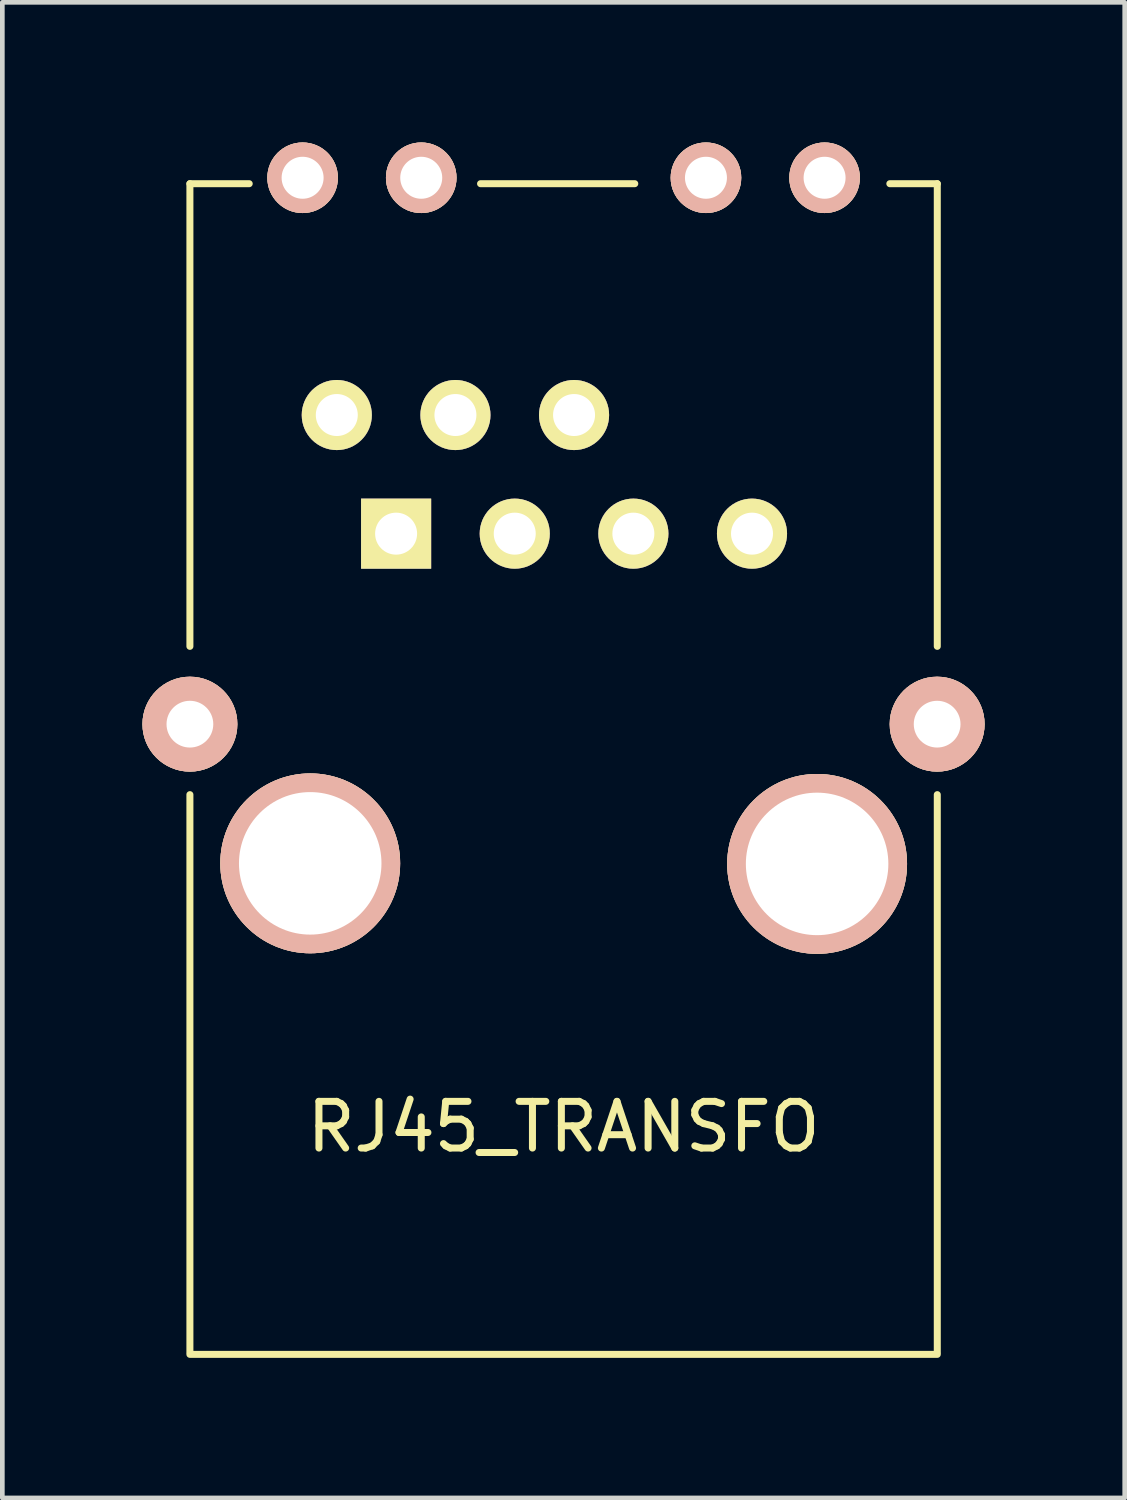
<source format=kicad_pcb>
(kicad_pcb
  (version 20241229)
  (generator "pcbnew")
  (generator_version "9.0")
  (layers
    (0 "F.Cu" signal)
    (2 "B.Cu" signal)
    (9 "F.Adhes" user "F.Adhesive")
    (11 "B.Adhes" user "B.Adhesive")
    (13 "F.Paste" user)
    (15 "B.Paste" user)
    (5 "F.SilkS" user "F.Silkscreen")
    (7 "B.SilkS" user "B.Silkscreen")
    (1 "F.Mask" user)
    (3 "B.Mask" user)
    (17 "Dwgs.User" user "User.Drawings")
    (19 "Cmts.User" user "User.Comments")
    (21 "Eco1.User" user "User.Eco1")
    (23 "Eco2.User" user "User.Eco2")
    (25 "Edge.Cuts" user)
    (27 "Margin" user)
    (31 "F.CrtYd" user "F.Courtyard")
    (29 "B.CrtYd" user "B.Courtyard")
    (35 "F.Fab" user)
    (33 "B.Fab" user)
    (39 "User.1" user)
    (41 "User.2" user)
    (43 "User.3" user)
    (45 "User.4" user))
  (footprint "RJ45_TRANSFO"
    (layer "F.Cu")
    (at 9.017 12.948)
    (property "Reference" "RJ45_TRANSFO" (at 0 8.128 0) (layer "F.SilkS") (effects (font (size 1 1) (thickness 0.15))))
    (attr through_hole)
    (fp_line (start -8.001 -12.065) (end -6.731 -12.065) (stroke (width 0.15) (type solid)) (layer "F.SilkS"))
    (fp_line (start -8.001 -2.159) (end -8.001 -12.065) (stroke (width 0.15) (type solid)) (layer "F.SilkS"))
    (fp_line (start -8.001 12.954) (end -8.001 1.016) (stroke (width 0.15) (type solid)) (layer "F.SilkS"))
    (fp_line (start -8.001 13) (end 8.001 13) (stroke (width 0.15) (type solid)) (layer "F.SilkS"))
    (fp_line (start -1.778 -12.065) (end 1.524 -12.065) (stroke (width 0.15) (type solid)) (layer "F.SilkS"))
    (fp_line (start 8.001 -12.065) (end 6.985 -12.065) (stroke (width 0.15) (type solid)) (layer "F.SilkS"))
    (fp_line (start 8.001 -2.159) (end 8.001 -12.065) (stroke (width 0.15) (type solid)) (layer "F.SilkS"))
    (fp_line (start 8.001 12.954) (end 8.001 1.016) (stroke (width 0.15) (type solid)) (layer "F.SilkS"))
    (pad "1" thru_hole rect (at -3.586 -4.572) (size 1.501 1.501) (drill 0.899) (layers "*.Cu" "*.Mask" "F.SilkS"))
    (pad "2" thru_hole circle (at -4.856 -7.112) (size 1.501 1.501) (drill 0.899) (layers "*.Cu" "*.Mask" "F.SilkS"))
    (pad "3" thru_hole circle (at -1.046 -4.572) (size 1.501 1.501) (drill 0.899) (layers "*.Cu" "*.Mask" "F.SilkS"))
    (pad "4" thru_hole circle (at -2.316 -7.112) (size 1.501 1.501) (drill 0.899) (layers "*.Cu" "*.Mask" "F.SilkS"))
    (pad "5" thru_hole circle (at 1.494 -4.572) (size 1.501 1.501) (drill 0.899) (layers "*.Cu" "*.Mask" "F.SilkS"))
    (pad "6" thru_hole circle (at 0.224 -7.112) (size 1.501 1.501) (drill 0.899) (layers "*.Cu" "*.Mask" "F.SilkS"))
    (pad "7" thru_hole circle (at 4.034 -4.572) (size 1.501 1.501) (drill 0.899) (layers "*.Cu" "*.Mask" "F.SilkS"))
    (pad "9" thru_hole circle (at -8.001 -0.493) (size 2.032 2.032) (drill 1.001) (layers "*.Cu" "*.SilkS" "*.Mask"))
    (pad "9" thru_hole circle (at 7.998 -0.493) (size 2.032 2.032) (drill 1.001) (layers "*.Cu" "*.SilkS" "*.Mask"))
    (pad "Hole" thru_hole circle (at -5.588 -12.192) (size 1.511 1.511) (drill 0.899) (layers "*.Cu" "*.SilkS" "*.Mask"))
    (pad "Hole" thru_hole circle (at -5.425 2.487) (size 3.851 3.851) (drill 3.051) (layers "*.Cu" "*.SilkS" "*.Mask"))
    (pad "Hole" thru_hole circle (at -3.048 -12.192) (size 1.511 1.511) (drill 0.899) (layers "*.Cu" "*.SilkS" "*.Mask"))
    (pad "Hole" thru_hole circle (at 3.048 -12.192) (size 1.511 1.511) (drill 0.899) (layers "*.Cu" "*.SilkS" "*.Mask"))
    (pad "Hole" thru_hole circle (at 5.428 2.499) (size 3.851 3.851) (drill 3.051) (layers "*.Cu" "*.SilkS" "*.Mask"))
    (pad "Hole" thru_hole circle (at 5.588 -12.192) (size 1.511 1.511) (drill 0.899) (layers "*.Cu" "*.SilkS" "*.Mask")))
  (gr_rect
    (start -3 -3)
    (end 21.031 29.022)
    (stroke (width 0.1) (type default))
    (fill no)
    (layer "Edge.Cuts")))
</source>
